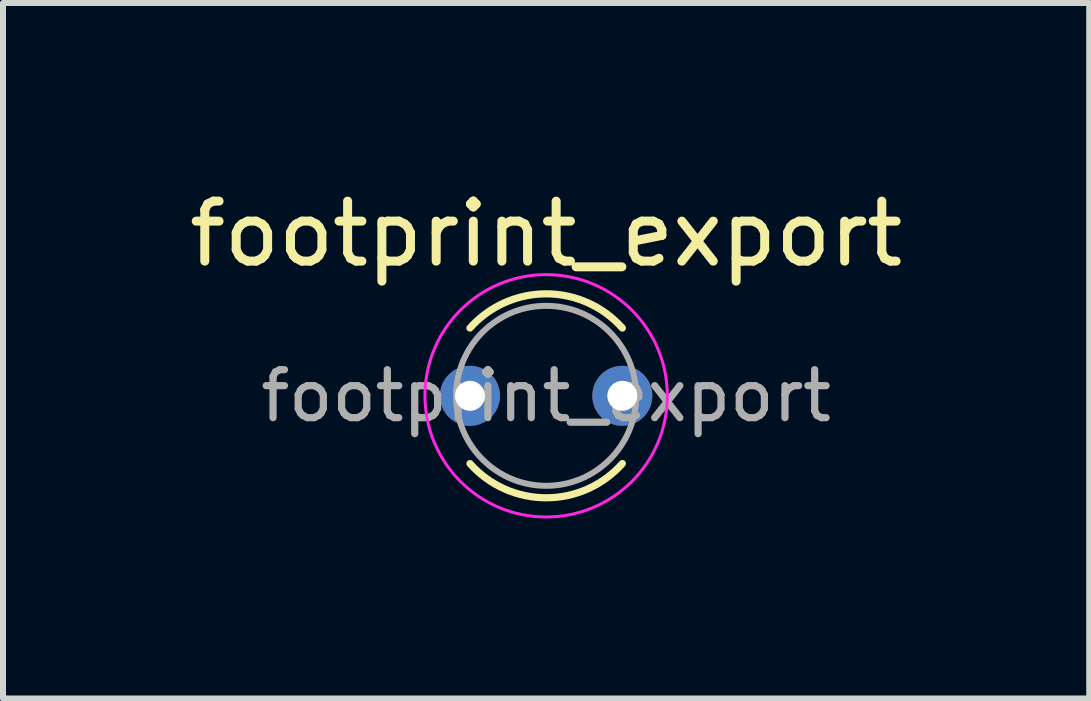
<source format=kicad_pcb>
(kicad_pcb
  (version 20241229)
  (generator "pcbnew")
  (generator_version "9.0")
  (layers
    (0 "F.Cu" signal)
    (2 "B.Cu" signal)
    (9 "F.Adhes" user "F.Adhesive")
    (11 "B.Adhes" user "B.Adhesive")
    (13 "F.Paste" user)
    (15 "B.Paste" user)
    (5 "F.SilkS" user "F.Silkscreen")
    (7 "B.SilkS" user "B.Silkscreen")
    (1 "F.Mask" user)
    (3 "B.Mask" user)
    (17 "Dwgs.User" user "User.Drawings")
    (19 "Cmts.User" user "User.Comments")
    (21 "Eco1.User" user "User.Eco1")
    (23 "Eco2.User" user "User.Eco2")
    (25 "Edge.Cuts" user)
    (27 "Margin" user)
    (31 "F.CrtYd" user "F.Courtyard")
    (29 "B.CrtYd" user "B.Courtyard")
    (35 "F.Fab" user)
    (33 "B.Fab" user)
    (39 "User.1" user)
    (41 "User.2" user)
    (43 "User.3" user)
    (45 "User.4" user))
  (footprint "footprint_export"
    (layer "F.Cu")
    (at 4.784 3.548)
    (property "Reference" "footprint_export" (at 1.27 -2.7 0) (layer "F.SilkS") (effects (font (size 1 1) (thickness 0.15))))
    (attr through_hole)
    (fp_arc (start 0 -1.130088) (mid 1.270408 -1.7) (end 2.540542 -1.129479) (stroke (width 0.12) (type solid)) (layer "F.SilkS"))
    (fp_arc (start 2.540542 1.129479) (mid 1.270408 1.7) (end 0 1.130088) (stroke (width 0.12) (type solid)) (layer "F.SilkS"))
    (fp_circle (center 1.27 0) (end 3.29 0) (stroke (width 0.05) (type solid)) (fill no) (layer "F.CrtYd"))
    (fp_circle (center 1.27 0) (end 2.77 0) (stroke (width 0.1) (type solid)) (fill no) (layer "F.Fab"))
    (fp_text user "${REFERENCE}" (at 1.27 0 0) (layer "F.Fab") (effects (font (size 0.8 0.8) (thickness 0.12))))
    (pad "1" thru_hole circle (at 0 0) (size 1 1) (drill 0.5) (layers "*.Cu" "*.Mask"))
    (pad "2" thru_hole circle (at 2.54 0) (size 1 1) (drill 0.5) (layers "*.Cu" "*.Mask")))
  (gr_rect
    (start -3 -3)
    (end 15.107 8.593)
    (stroke (width 0.1) (type default))
    (fill no)
    (layer "Edge.Cuts")))
</source>
